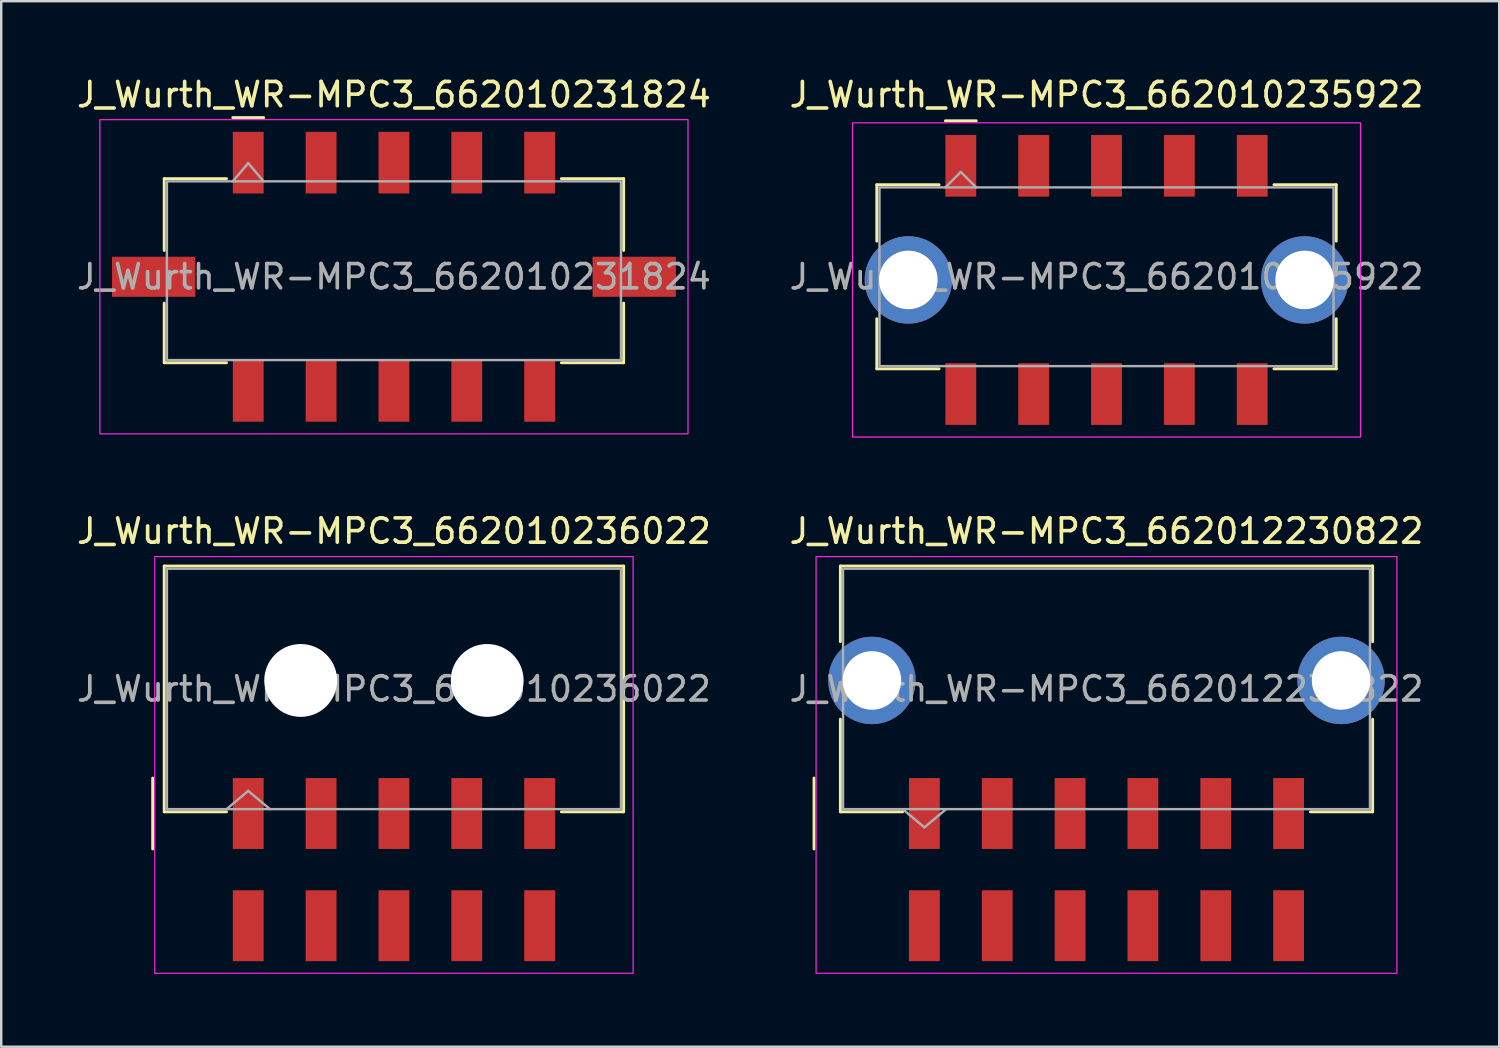
<source format=kicad_pcb>
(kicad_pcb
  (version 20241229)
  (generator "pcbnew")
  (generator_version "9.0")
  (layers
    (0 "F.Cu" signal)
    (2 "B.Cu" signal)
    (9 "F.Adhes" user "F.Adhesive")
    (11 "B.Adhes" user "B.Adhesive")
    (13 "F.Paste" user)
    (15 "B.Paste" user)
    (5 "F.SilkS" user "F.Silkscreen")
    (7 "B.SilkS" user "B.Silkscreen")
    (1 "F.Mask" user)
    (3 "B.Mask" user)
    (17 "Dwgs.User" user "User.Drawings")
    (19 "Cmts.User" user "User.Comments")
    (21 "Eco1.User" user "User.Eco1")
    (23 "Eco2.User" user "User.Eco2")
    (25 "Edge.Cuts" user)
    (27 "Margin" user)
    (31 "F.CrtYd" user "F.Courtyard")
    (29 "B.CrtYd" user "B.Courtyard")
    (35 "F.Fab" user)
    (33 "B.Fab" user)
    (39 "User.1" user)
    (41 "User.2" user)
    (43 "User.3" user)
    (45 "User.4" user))
  (footprint "J_Wurth_WR-MPC3_662010231824"
    (layer "F.Cu")
    (at 13.173 8.348)
    (property "Reference" "J_Wurth_WR-MPC3_662010231824" (at 0 -7.5 0) (unlocked yes) (layer "F.SilkS") (effects (font (size 1 1) (thickness 0.15))))
    (attr smd)
    (fp_line (start -9.46 -4.04) (end -6.895 -4.04) (stroke (width 0.12) (type solid)) (layer "F.SilkS"))
    (fp_line (start -9.46 -1.085) (end -9.46 -4.04) (stroke (width 0.12) (type solid)) (layer "F.SilkS"))
    (fp_line (start -9.46 3.54) (end -9.46 1.085) (stroke (width 0.12) (type solid)) (layer "F.SilkS"))
    (fp_line (start -9.46 3.54) (end -6.895 3.54) (stroke (width 0.12) (type solid)) (layer "F.SilkS"))
    (fp_line (start -6.635 -6.555) (end -5.365 -6.555) (stroke (width 0.12) (type solid)) (layer "F.SilkS"))
    (fp_line (start 6.895 -4.04) (end 9.46 -4.04) (stroke (width 0.12) (type solid)) (layer "F.SilkS"))
    (fp_line (start 6.895 3.54) (end 9.46 3.54) (stroke (width 0.12) (type solid)) (layer "F.SilkS"))
    (fp_line (start 9.46 -1.085) (end 9.46 -4.04) (stroke (width 0.12) (type solid)) (layer "F.SilkS"))
    (fp_line (start 9.46 3.54) (end 9.46 1.085) (stroke (width 0.12) (type solid)) (layer "F.SilkS"))
    (fp_rect (start -12.11 -6.47) (end 12.11 6.47) (stroke (width 0.05) (type solid)) (fill no) (layer "F.CrtYd"))
    (fp_line (start -6 -4.68) (end -6.635 -3.93) (stroke (width 0.1) (type solid)) (layer "F.Fab"))
    (fp_line (start -6 -4.68) (end -5.365 -3.93) (stroke (width 0.1) (type solid)) (layer "F.Fab"))
    (fp_rect (start -9.35 -3.93) (end 9.35 3.43) (stroke (width 0.1) (type solid)) (fill no) (layer "F.Fab"))
    (fp_text user "${REFERENCE}" (at 0 0 0) (unlocked yes) (layer "F.Fab") (effects (font (size 1 1) (thickness 0.15))))
    (pad "1" smd rect (at -6 -4.7 180) (size 1.27 2.54) (layers "F.Cu" "F.Mask" "F.Paste"))
    (pad "2" smd rect (at -3 -4.7 180) (size 1.27 2.54) (layers "F.Cu" "F.Mask" "F.Paste"))
    (pad "3" smd rect (at 0 -4.7 180) (size 1.27 2.54) (layers "F.Cu" "F.Mask" "F.Paste"))
    (pad "4" smd rect (at 3 -4.7 180) (size 1.27 2.54) (layers "F.Cu" "F.Mask" "F.Paste"))
    (pad "5" smd rect (at 6 -4.7 180) (size 1.27 2.54) (layers "F.Cu" "F.Mask" "F.Paste"))
    (pad "6" smd rect (at -6 4.7 180) (size 1.27 2.54) (layers "F.Cu" "F.Mask" "F.Paste"))
    (pad "7" smd rect (at -3 4.7 180) (size 1.27 2.54) (layers "F.Cu" "F.Mask" "F.Paste"))
    (pad "8" smd rect (at 0 4.7 180) (size 1.27 2.54) (layers "F.Cu" "F.Mask" "F.Paste"))
    (pad "9" smd rect (at 3 4.7 180) (size 1.27 2.54) (layers "F.Cu" "F.Mask" "F.Paste"))
    (pad "10" smd rect (at 6 4.7 180) (size 1.27 2.54) (layers "F.Cu" "F.Mask" "F.Paste"))
    (pad "MP1" smd rect (at 9.895 0 180) (size 3.43 1.65) (layers "F.Cu" "F.Mask" "F.Paste"))
    (pad "MP2" smd rect (at -9.895 0 180) (size 3.43 1.65) (layers "F.Cu" "F.Mask" "F.Paste")))
  (footprint "J_Wurth_WR-MPC3_662010236022"
    (layer "F.Cu")
    (at 13.173 25.322)
    (property "Reference" "J_Wurth_WR-MPC3_662010236022" (at 0 -6.5 0) (unlocked yes) (layer "F.SilkS") (effects (font (size 1 1) (thickness 0.15))))
    (attr smd)
    (fp_line (start -9.935 3.67) (end -9.935 6.59) (stroke (width 0.12) (type solid)) (layer "F.SilkS"))
    (fp_line (start -9.46 -5.06) (end 9.46 -5.06) (stroke (width 0.12) (type default)) (layer "F.SilkS"))
    (fp_line (start -9.46 5.06) (end -9.46 -5.06) (stroke (width 0.12) (type default)) (layer "F.SilkS"))
    (fp_line (start -6.895 5.06) (end -9.46 5.06) (stroke (width 0.12) (type solid)) (layer "F.SilkS"))
    (fp_line (start 9.46 -5.06) (end 9.46 5.06) (stroke (width 0.12) (type default)) (layer "F.SilkS"))
    (fp_line (start 9.46 5.06) (end 6.895 5.06) (stroke (width 0.12) (type solid)) (layer "F.SilkS"))
    (fp_rect (start -9.85 -5.45) (end 9.85 11.71) (stroke (width 0.05) (type solid)) (fill no) (layer "F.CrtYd"))
    (fp_line (start -6 4.2) (end -6.895 4.95) (stroke (width 0.1) (type solid)) (layer "F.Fab"))
    (fp_line (start -6 4.2) (end -5.105 4.95) (stroke (width 0.1) (type solid)) (layer "F.Fab"))
    (fp_rect (start -9.35 -4.95) (end 9.35 4.95) (stroke (width 0.1) (type solid)) (fill no) (layer "F.Fab"))
    (fp_text user "${REFERENCE}" (at 0 0 0) (unlocked yes) (layer "F.Fab") (effects (font (size 1 1) (thickness 0.15))))
    (pad "" np_thru_hole circle (at -3.84 -0.35 180) (size 3 3) (drill 3) (layers "*.Cu" "*.Mask"))
    (pad "" np_thru_hole circle (at 3.84 -0.35 180) (size 3 3) (drill 3) (layers "*.Cu" "*.Mask"))
    (pad "1" smd rect (at -6 5.13 180) (size 1.27 2.92) (layers "F.Cu" "F.Mask" "F.Paste"))
    (pad "2" smd rect (at -3 5.13 180) (size 1.27 2.92) (layers "F.Cu" "F.Mask" "F.Paste"))
    (pad "3" smd rect (at 0 5.13 180) (size 1.27 2.92) (layers "F.Cu" "F.Mask" "F.Paste"))
    (pad "4" smd rect (at 3 5.13 180) (size 1.27 2.92) (layers "F.Cu" "F.Mask" "F.Paste"))
    (pad "5" smd rect (at 6 5.13 180) (size 1.27 2.92) (layers "F.Cu" "F.Mask" "F.Paste"))
    (pad "6" smd rect (at -6 9.75 180) (size 1.27 2.92) (layers "F.Cu" "F.Mask" "F.Paste"))
    (pad "7" smd rect (at -3 9.75 180) (size 1.27 2.92) (layers "F.Cu" "F.Mask" "F.Paste"))
    (pad "8" smd rect (at 0 9.75 180) (size 1.27 2.92) (layers "F.Cu" "F.Mask" "F.Paste"))
    (pad "9" smd rect (at 3 9.75 180) (size 1.27 2.92) (layers "F.Cu" "F.Mask" "F.Paste"))
    (pad "10" smd rect (at 6 9.75 180) (size 1.27 2.92) (layers "F.Cu" "F.Mask" "F.Paste")))
  (footprint "J_Wurth_WR-MPC3_662010235922"
    (layer "F.Cu")
    (at 42.518 8.348)
    (property "Reference" "J_Wurth_WR-MPC3_662010235922" (at 0 -7.5 0) (unlocked yes) (layer "F.SilkS") (effects (font (size 1 1) (thickness 0.15))))
    (attr smd)
    (fp_line (start -9.46 -3.79) (end -9.46 -1.468) (stroke (width 0.12) (type default)) (layer "F.SilkS"))
    (fp_line (start -9.46 1.728) (end -9.46 3.79) (stroke (width 0.12) (type default)) (layer "F.SilkS"))
    (fp_line (start -6.895 -3.79) (end -9.46 -3.79) (stroke (width 0.12) (type solid)) (layer "F.SilkS"))
    (fp_line (start -6.895 3.79) (end -9.46 3.79) (stroke (width 0.12) (type solid)) (layer "F.SilkS"))
    (fp_line (start -6.635 -6.425) (end -5.365 -6.425) (stroke (width 0.12) (type solid)) (layer "F.SilkS"))
    (fp_line (start 9.46 -3.79) (end 6.895 -3.79) (stroke (width 0.12) (type solid)) (layer "F.SilkS"))
    (fp_line (start 9.46 -3.79) (end 9.46 -1.468) (stroke (width 0.12) (type default)) (layer "F.SilkS"))
    (fp_line (start 9.46 1.728) (end 9.46 3.79) (stroke (width 0.12) (type default)) (layer "F.SilkS"))
    (fp_line (start 9.46 3.79) (end 6.895 3.79) (stroke (width 0.12) (type solid)) (layer "F.SilkS"))
    (fp_rect (start -10.46 -6.34) (end 10.46 6.6) (stroke (width 0.05) (type solid)) (fill no) (layer "F.CrtYd"))
    (fp_line (start -6 -4.315) (end -6.635 -3.68) (stroke (width 0.1) (type default)) (layer "F.Fab"))
    (fp_line (start -5.365 -3.68) (end -6 -4.315) (stroke (width 0.1) (type default)) (layer "F.Fab"))
    (fp_rect (start -9.35 -3.68) (end 9.35 3.68) (stroke (width 0.1) (type solid)) (fill no) (layer "F.Fab"))
    (fp_text user "${REFERENCE}" (at 0 0 0) (unlocked yes) (layer "F.Fab") (effects (font (size 1 1) (thickness 0.15))))
    (pad "1" smd rect (at -6 -4.57 180) (size 1.27 2.54) (layers "F.Cu" "F.Mask" "F.Paste"))
    (pad "2" smd rect (at -3 -4.57 180) (size 1.27 2.54) (layers "F.Cu" "F.Mask" "F.Paste"))
    (pad "3" smd rect (at 0 -4.57 180) (size 1.27 2.54) (layers "F.Cu" "F.Mask" "F.Paste"))
    (pad "4" smd rect (at 3 -4.57 180) (size 1.27 2.54) (layers "F.Cu" "F.Mask" "F.Paste"))
    (pad "5" smd rect (at 6 -4.57 180) (size 1.27 2.54) (layers "F.Cu" "F.Mask" "F.Paste"))
    (pad "6" smd rect (at -6 4.83 180) (size 1.27 2.54) (layers "F.Cu" "F.Mask" "F.Paste"))
    (pad "7" smd rect (at -3 4.83 180) (size 1.27 2.54) (layers "F.Cu" "F.Mask" "F.Paste"))
    (pad "8" smd rect (at 0 4.83 180) (size 1.27 2.54) (layers "F.Cu" "F.Mask" "F.Paste"))
    (pad "9" smd rect (at 3 4.83 180) (size 1.27 2.54) (layers "F.Cu" "F.Mask" "F.Paste"))
    (pad "10" smd rect (at 6 4.83 180) (size 1.27 2.54) (layers "F.Cu" "F.Mask" "F.Paste"))
    (pad "MH1" thru_hole circle (at 8.16 0.13 180) (size 3.6 3.6) (drill 2.41) (layers "*.Cu" "*.Mask"))
    (pad "MH2" thru_hole circle (at -8.16 0.13 180) (size 3.6 3.6) (drill 2.41) (layers "*.Cu" "*.Mask")))
  (footprint "J_Wurth_WR-MPC3_662012230822"
    (layer "F.Cu")
    (at 42.518 25.322)
    (property "Reference" "J_Wurth_WR-MPC3_662012230822" (at 0 -6.5 0) (unlocked yes) (layer "F.SilkS") (effects (font (size 1 1) (thickness 0.15))))
    (attr smd)
    (fp_line (start -12.045 6.59) (end -12.045 3.67) (stroke (width 0.12) (type solid)) (layer "F.SilkS"))
    (fp_line (start -10.96 -5.06) (end 10.96 -5.06) (stroke (width 0.12) (type solid)) (layer "F.SilkS"))
    (fp_line (start -10.96 -1.948) (end -10.96 -5.06) (stroke (width 0.12) (type solid)) (layer "F.SilkS"))
    (fp_line (start -10.96 1.248) (end -10.96 5.06) (stroke (width 0.12) (type solid)) (layer "F.SilkS"))
    (fp_line (start -8.395 5.06) (end -10.96 5.06) (stroke (width 0.12) (type solid)) (layer "F.SilkS"))
    (fp_line (start 8.395 5.06) (end 10.96 5.06) (stroke (width 0.12) (type solid)) (layer "F.SilkS"))
    (fp_line (start 10.96 -1.948) (end 10.96 -5.06) (stroke (width 0.12) (type solid)) (layer "F.SilkS"))
    (fp_line (start 10.96 1.248) (end 10.96 5.06) (stroke (width 0.12) (type solid)) (layer "F.SilkS"))
    (fp_rect (start -11.96 -5.45) (end 11.96 11.71) (stroke (width 0.05) (type solid)) (fill no) (layer "F.CrtYd"))
    (fp_line (start -7.5 5.7) (end -8.395 4.95) (stroke (width 0.1) (type solid)) (layer "F.Fab"))
    (fp_line (start -7.5 5.7) (end -6.605 4.95) (stroke (width 0.1) (type solid)) (layer "F.Fab"))
    (fp_rect (start -10.85 -4.95) (end 10.85 4.95) (stroke (width 0.1) (type solid)) (fill no) (layer "F.Fab"))
    (fp_text user "${REFERENCE}" (at 0 0 0) (unlocked yes) (layer "F.Fab") (effects (font (size 1 1) (thickness 0.15))))
    (pad "1" smd rect (at -7.5 5.13 270) (size 2.92 1.27) (layers "F.Cu" "F.Mask" "F.Paste"))
    (pad "2" smd rect (at -4.5 5.13 270) (size 2.92 1.27) (layers "F.Cu" "F.Mask" "F.Paste"))
    (pad "3" smd rect (at -1.5 5.13 270) (size 2.92 1.27) (layers "F.Cu" "F.Mask" "F.Paste"))
    (pad "4" smd rect (at 1.5 5.13 270) (size 2.92 1.27) (layers "F.Cu" "F.Mask" "F.Paste"))
    (pad "5" smd rect (at 4.5 5.13 270) (size 2.92 1.27) (layers "F.Cu" "F.Mask" "F.Paste"))
    (pad "6" smd rect (at 7.5 5.13 270) (size 2.92 1.27) (layers "F.Cu" "F.Mask" "F.Paste"))
    (pad "7" smd rect (at -7.5 9.75 270) (size 2.92 1.27) (layers "F.Cu" "F.Mask" "F.Paste"))
    (pad "8" smd rect (at -4.5 9.75 270) (size 2.92 1.27) (layers "F.Cu" "F.Mask" "F.Paste"))
    (pad "9" smd rect (at -1.5 9.75 270) (size 2.92 1.27) (layers "F.Cu" "F.Mask" "F.Paste"))
    (pad "10" smd rect (at 1.5 9.75 270) (size 2.92 1.27) (layers "F.Cu" "F.Mask" "F.Paste"))
    (pad "11" smd rect (at 4.5 9.75 270) (size 2.92 1.27) (layers "F.Cu" "F.Mask" "F.Paste"))
    (pad "12" smd rect (at 7.5 9.75 270) (size 2.92 1.27) (layers "F.Cu" "F.Mask" "F.Paste"))
    (pad "Z1" thru_hole circle (at 9.66 -0.35 180) (size 3.6 3.6) (drill 2.41) (layers "*.Cu" "*.Mask"))
    (pad "Z2" thru_hole circle (at -9.66 -0.35 180) (size 3.6 3.6) (drill 2.41) (layers "*.Cu" "*.Mask")))
  (gr_rect
    (start -3 -3)
    (end 58.69 40.056)
    (stroke (width 0.1) (type default))
    (fill no)
    (layer "Edge.Cuts")))
</source>
